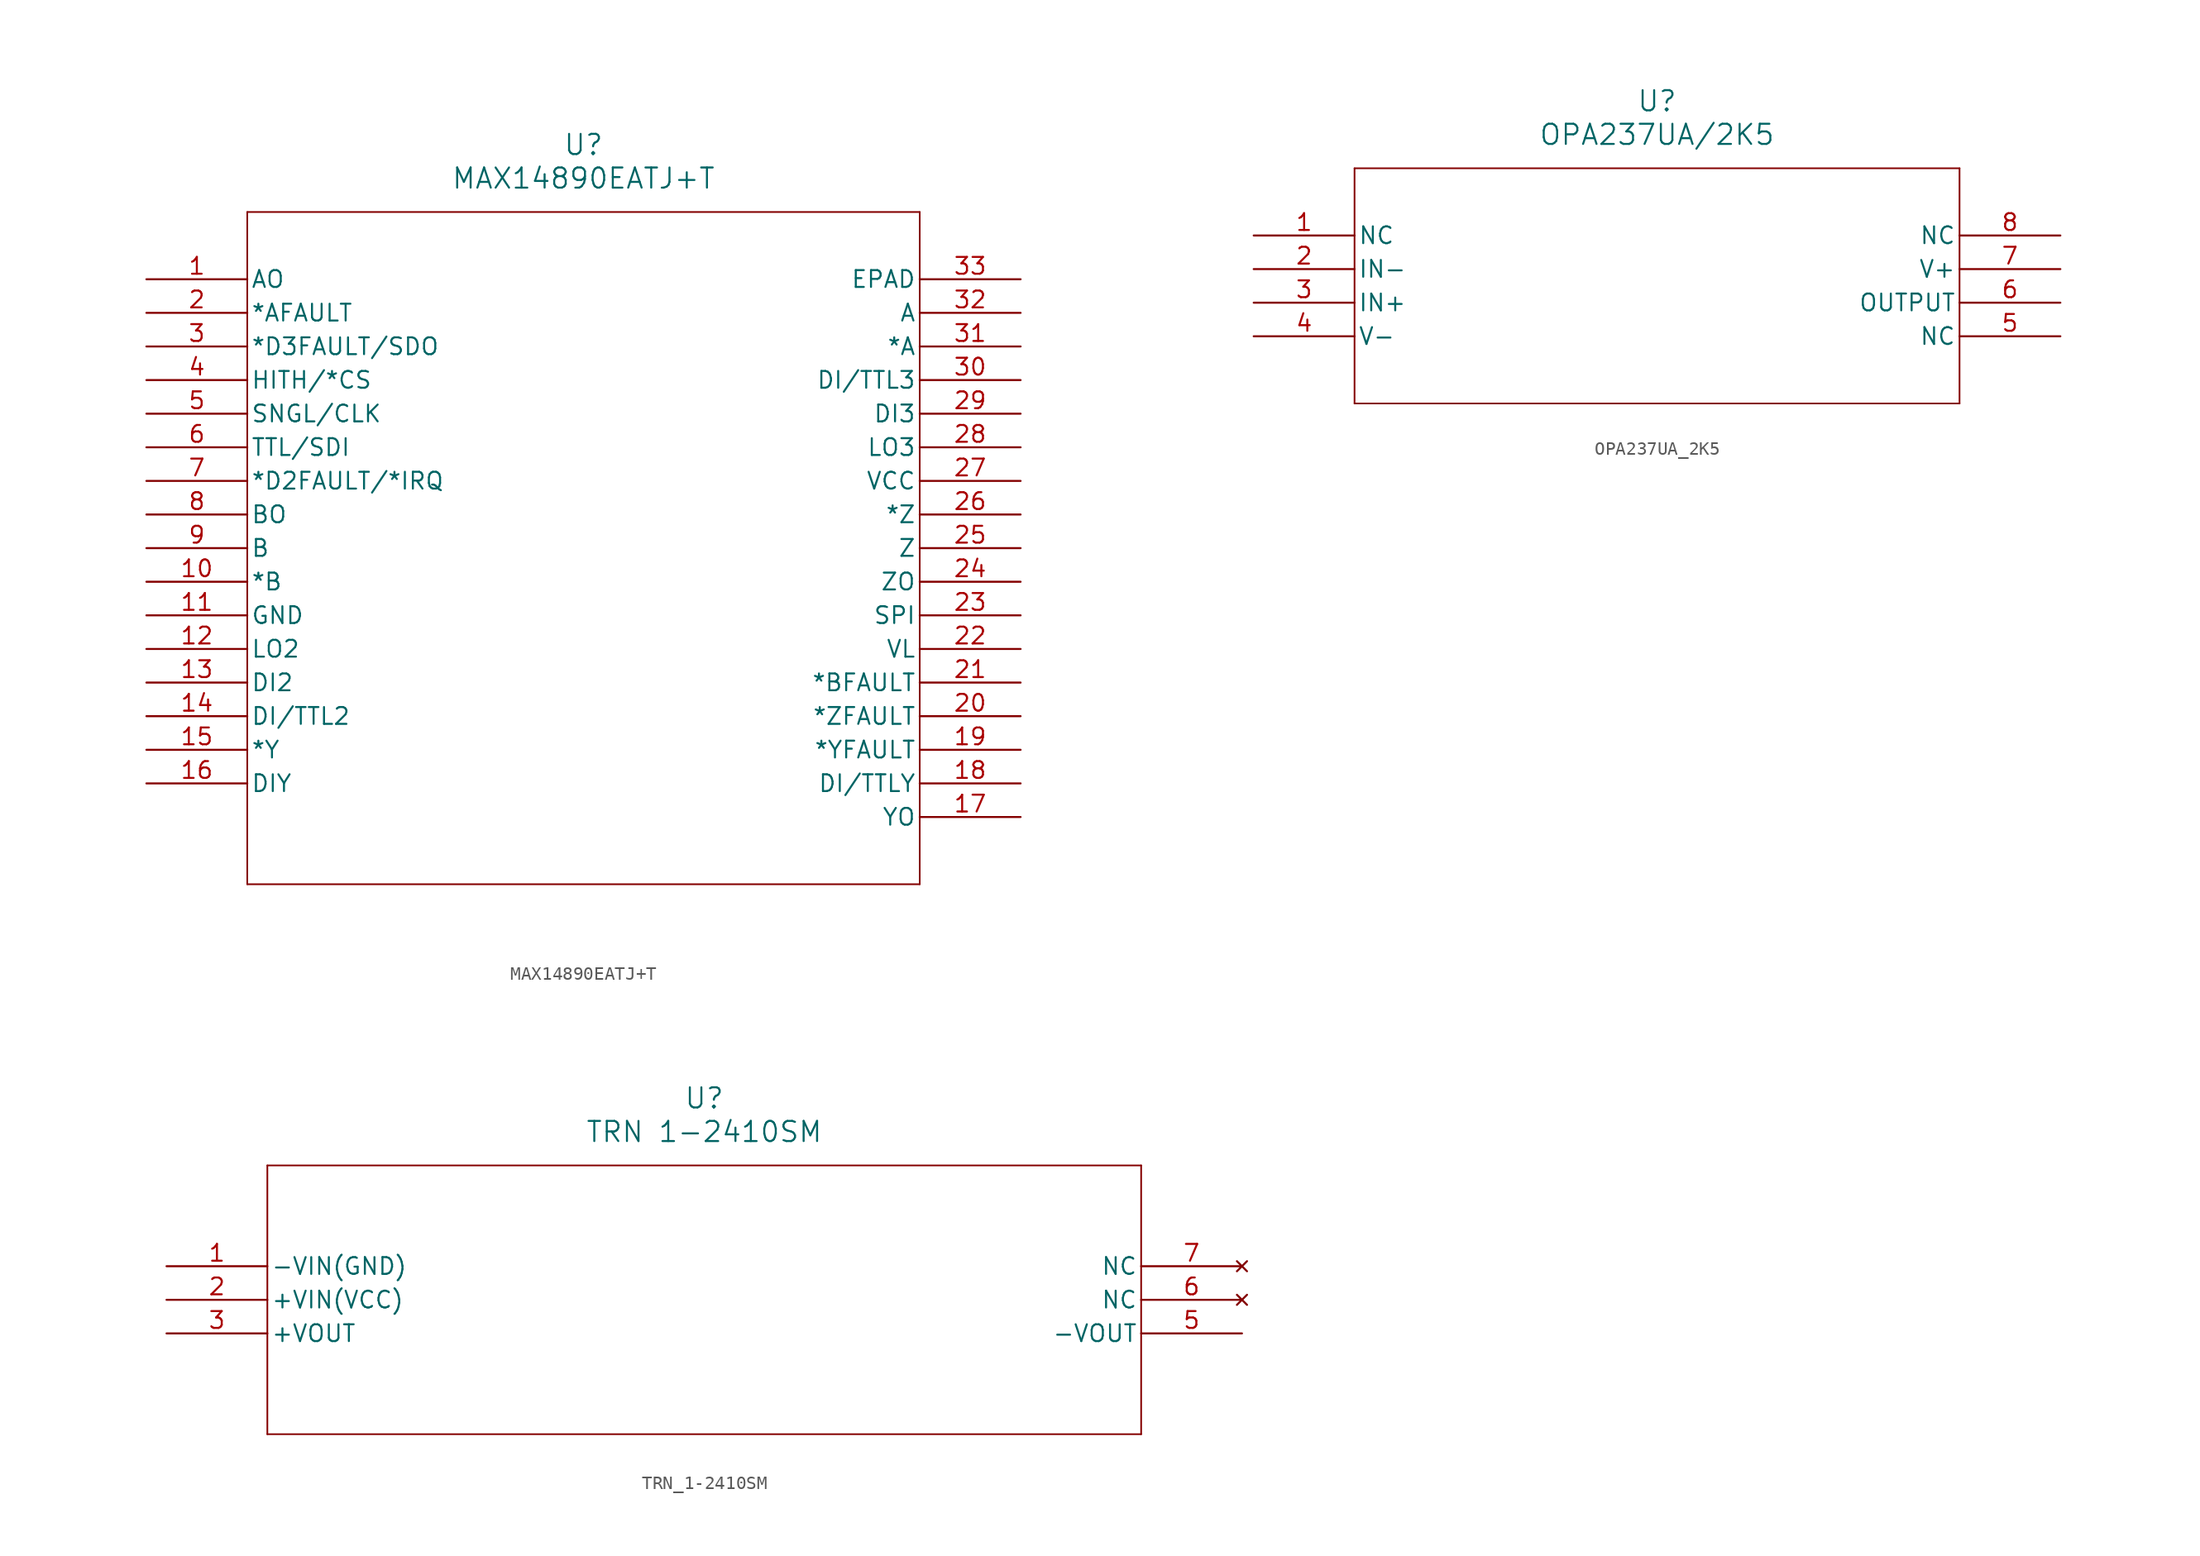
<source format=kicad_sym>
(kicad_symbol_lib
  (version 20231120)
  (generator "kicad_symbol_editor")
  (generator_version "8.0")
  (symbol "MAX14890EATJ+T"
    (pin_names
      (offset 0.254))
    (property "Reference" "U"
      (at 33.02 10.16 0)
      (effects (font (size 1.524 1.524))))
    (property "Value" "MAX14890EATJ+T"
      (at 33.02 7.62 0)
      (effects (font (size 1.524 1.524))))
    (property "ki_locked" ""
      (at 0 0 0)
      (effects (font (size 1.27 1.27))))
    (symbol "MAX14890EATJ+T_0_1"
      (polyline (pts (xy 7.62 -45.72) (xy 58.42 -45.72)) (stroke (width 0.127) (type default)) (fill (type none)))
      (polyline (pts (xy 7.62 5.08) (xy 7.62 -45.72)) (stroke (width 0.127) (type default)) (fill (type none)))
      (polyline (pts (xy 58.42 -45.72) (xy 58.42 5.08)) (stroke (width 0.127) (type default)) (fill (type none)))
      (polyline (pts (xy 58.42 5.08) (xy 7.62 5.08)) (stroke (width 0.127) (type default)) (fill (type none)))
      (pin unspecified line (at 0 0 0) (length 7.62) (name "AO" (effects (font (size 1.27 1.27)))) (number "1" (effects (font (size 1.27 1.27)))))
      (pin unspecified line (at 0 -22.86 0) (length 7.62) (name "*B" (effects (font (size 1.27 1.27)))) (number "10" (effects (font (size 1.27 1.27)))))
      (pin power_out line (at 0 -25.4 0) (length 7.62) (name "GND" (effects (font (size 1.27 1.27)))) (number "11" (effects (font (size 1.27 1.27)))))
      (pin bidirectional line (at 0 -27.94 0) (length 7.62) (name "LO2" (effects (font (size 1.27 1.27)))) (number "12" (effects (font (size 1.27 1.27)))))
      (pin bidirectional line (at 0 -30.48 0) (length 7.62) (name "DI2" (effects (font (size 1.27 1.27)))) (number "13" (effects (font (size 1.27 1.27)))))
      (pin bidirectional line (at 0 -33.02 0) (length 7.62) (name "DI/TTL2" (effects (font (size 1.27 1.27)))) (number "14" (effects (font (size 1.27 1.27)))))
      (pin unspecified line (at 0 -35.56 0) (length 7.62) (name "*Y" (effects (font (size 1.27 1.27)))) (number "15" (effects (font (size 1.27 1.27)))))
      (pin unspecified line (at 0 -38.1 0) (length 7.62) (name "DIY" (effects (font (size 1.27 1.27)))) (number "16" (effects (font (size 1.27 1.27)))))
      (pin unspecified line (at 66.04 -40.64 180) (length 7.62) (name "YO" (effects (font (size 1.27 1.27)))) (number "17" (effects (font (size 1.27 1.27)))))
      (pin unspecified line (at 66.04 -38.1 180) (length 7.62) (name "DI/TTLY" (effects (font (size 1.27 1.27)))) (number "18" (effects (font (size 1.27 1.27)))))
      (pin unspecified line (at 66.04 -35.56 180) (length 7.62) (name "*YFAULT" (effects (font (size 1.27 1.27)))) (number "19" (effects (font (size 1.27 1.27)))))
      (pin unspecified line (at 0 -2.54 0) (length 7.62) (name "*AFAULT" (effects (font (size 1.27 1.27)))) (number "2" (effects (font (size 1.27 1.27)))))
      (pin unspecified line (at 66.04 -33.02 180) (length 7.62) (name "*ZFAULT" (effects (font (size 1.27 1.27)))) (number "20" (effects (font (size 1.27 1.27)))))
      (pin unspecified line (at 66.04 -30.48 180) (length 7.62) (name "*BFAULT" (effects (font (size 1.27 1.27)))) (number "21" (effects (font (size 1.27 1.27)))))
      (pin unspecified line (at 66.04 -27.94 180) (length 7.62) (name "VL" (effects (font (size 1.27 1.27)))) (number "22" (effects (font (size 1.27 1.27)))))
      (pin unspecified line (at 66.04 -25.4 180) (length 7.62) (name "SPI" (effects (font (size 1.27 1.27)))) (number "23" (effects (font (size 1.27 1.27)))))
      (pin unspecified line (at 66.04 -22.86 180) (length 7.62) (name "ZO" (effects (font (size 1.27 1.27)))) (number "24" (effects (font (size 1.27 1.27)))))
      (pin unspecified line (at 66.04 -20.32 180) (length 7.62) (name "Z" (effects (font (size 1.27 1.27)))) (number "25" (effects (font (size 1.27 1.27)))))
      (pin unspecified line (at 66.04 -17.78 180) (length 7.62) (name "*Z" (effects (font (size 1.27 1.27)))) (number "26" (effects (font (size 1.27 1.27)))))
      (pin power_in line (at 66.04 -15.24 180) (length 7.62) (name "VCC" (effects (font (size 1.27 1.27)))) (number "27" (effects (font (size 1.27 1.27)))))
      (pin bidirectional line (at 66.04 -12.7 180) (length 7.62) (name "LO3" (effects (font (size 1.27 1.27)))) (number "28" (effects (font (size 1.27 1.27)))))
      (pin bidirectional line (at 66.04 -10.16 180) (length 7.62) (name "DI3" (effects (font (size 1.27 1.27)))) (number "29" (effects (font (size 1.27 1.27)))))
      (pin bidirectional line (at 0 -5.08 0) (length 7.62) (name "*D3FAULT/SDO" (effects (font (size 1.27 1.27)))) (number "3" (effects (font (size 1.27 1.27)))))
      (pin bidirectional line (at 66.04 -7.62 180) (length 7.62) (name "DI/TTL3" (effects (font (size 1.27 1.27)))) (number "30" (effects (font (size 1.27 1.27)))))
      (pin unspecified line (at 66.04 -5.08 180) (length 7.62) (name "*A" (effects (font (size 1.27 1.27)))) (number "31" (effects (font (size 1.27 1.27)))))
      (pin unspecified line (at 66.04 -2.54 180) (length 7.62) (name "A" (effects (font (size 1.27 1.27)))) (number "32" (effects (font (size 1.27 1.27)))))
      (pin unspecified line (at 66.04 0 180) (length 7.62) (name "EPAD" (effects (font (size 1.27 1.27)))) (number "33" (effects (font (size 1.27 1.27)))))
      (pin unspecified line (at 0 -7.62 0) (length 7.62) (name "HITH/*CS" (effects (font (size 1.27 1.27)))) (number "4" (effects (font (size 1.27 1.27)))))
      (pin unspecified line (at 0 -10.16 0) (length 7.62) (name "SNGL/CLK" (effects (font (size 1.27 1.27)))) (number "5" (effects (font (size 1.27 1.27)))))
      (pin unspecified line (at 0 -12.7 0) (length 7.62) (name "TTL/SDI" (effects (font (size 1.27 1.27)))) (number "6" (effects (font (size 1.27 1.27)))))
      (pin bidirectional line (at 0 -15.24 0) (length 7.62) (name "*D2FAULT/*IRQ" (effects (font (size 1.27 1.27)))) (number "7" (effects (font (size 1.27 1.27)))))
      (pin unspecified line (at 0 -17.78 0) (length 7.62) (name "BO" (effects (font (size 1.27 1.27)))) (number "8" (effects (font (size 1.27 1.27)))))
      (pin unspecified line (at 0 -20.32 0) (length 7.62) (name "B" (effects (font (size 1.27 1.27)))) (number "9" (effects (font (size 1.27 1.27)))))))
  (symbol "OPA237UA_2K5"
    (pin_names
      (offset 0.254))
    (property "Reference" "U"
      (at 30.48 10.16 0)
      (effects (font (size 1.524 1.524))))
    (property "Value" "OPA237UA/2K5"
      (at 30.48 7.62 0)
      (effects (font (size 1.524 1.524))))
    (property "ki_locked" ""
      (at 0 0 0)
      (effects (font (size 1.27 1.27))))
    (symbol "OPA237UA_2K5_0_1"
      (polyline (pts (xy 7.62 -12.7) (xy 53.34 -12.7)) (stroke (width 0.127) (type default)) (fill (type none)))
      (polyline (pts (xy 7.62 5.08) (xy 7.62 -12.7)) (stroke (width 0.127) (type default)) (fill (type none)))
      (polyline (pts (xy 53.34 -12.7) (xy 53.34 5.08)) (stroke (width 0.127) (type default)) (fill (type none)))
      (polyline (pts (xy 53.34 5.08) (xy 7.62 5.08)) (stroke (width 0.127) (type default)) (fill (type none)))
      (pin unspecified line (at 0 0 0) (length 7.62) (name "NC" (effects (font (size 1.27 1.27)))) (number "1" (effects (font (size 1.27 1.27)))))
      (pin input line (at 0 -2.54 0) (length 7.62) (name "IN-" (effects (font (size 1.27 1.27)))) (number "2" (effects (font (size 1.27 1.27)))))
      (pin input line (at 0 -5.08 0) (length 7.62) (name "IN+" (effects (font (size 1.27 1.27)))) (number "3" (effects (font (size 1.27 1.27)))))
      (pin power_in line (at 0 -7.62 0) (length 7.62) (name "V-" (effects (font (size 1.27 1.27)))) (number "4" (effects (font (size 1.27 1.27)))))
      (pin unspecified line (at 60.96 -7.62 180) (length 7.62) (name "NC" (effects (font (size 1.27 1.27)))) (number "5" (effects (font (size 1.27 1.27)))))
      (pin output line (at 60.96 -5.08 180) (length 7.62) (name "OUTPUT" (effects (font (size 1.27 1.27)))) (number "6" (effects (font (size 1.27 1.27)))))
      (pin power_in line (at 60.96 -2.54 180) (length 7.62) (name "V+" (effects (font (size 1.27 1.27)))) (number "7" (effects (font (size 1.27 1.27)))))
      (pin unspecified line (at 60.96 0 180) (length 7.62) (name "NC" (effects (font (size 1.27 1.27)))) (number "8" (effects (font (size 1.27 1.27)))))))
  (symbol "TRN_1-2410SM"
    (pin_names
      (offset 0.254))
    (property "Reference" "U"
      (at 40.64 12.7 0)
      (effects (font (size 1.524 1.524))))
    (property "Value" "TRN 1-2410SM"
      (at 40.64 10.16 0)
      (effects (font (size 1.524 1.524))))
    (property "ki_locked" ""
      (at 0 0 0)
      (effects (font (size 1.27 1.27))))
    (symbol "TRN_1-2410SM_0_1"
      (polyline (pts (xy 7.62 -12.7) (xy 73.66 -12.7)) (stroke (width 0.127) (type default)) (fill (type none)))
      (polyline (pts (xy 7.62 7.62) (xy 7.62 -12.7)) (stroke (width 0.127) (type default)) (fill (type none)))
      (polyline (pts (xy 73.66 -12.7) (xy 73.66 7.62)) (stroke (width 0.127) (type default)) (fill (type none)))
      (polyline (pts (xy 73.66 7.62) (xy 7.62 7.62)) (stroke (width 0.127) (type default)) (fill (type none)))
      (pin power_in line (at 0 0 0) (length 7.62) (name "-VIN(GND)" (effects (font (size 1.27 1.27)))) (number "1" (effects (font (size 1.27 1.27)))))
      (pin power_in line (at 0 -2.54 0) (length 7.62) (name "+VIN(VCC)" (effects (font (size 1.27 1.27)))) (number "2" (effects (font (size 1.27 1.27)))))
      (pin output line (at 0 -5.08 0) (length 7.62) (name "+VOUT" (effects (font (size 1.27 1.27)))) (number "3" (effects (font (size 1.27 1.27)))))
      (pin output line (at 81.28 -5.08 180) (length 7.62) (name "-VOUT" (effects (font (size 1.27 1.27)))) (number "5" (effects (font (size 1.27 1.27)))))
      (pin no_connect line (at 81.28 -2.54 180) (length 7.62) (name "NC" (effects (font (size 1.27 1.27)))) (number "6" (effects (font (size 1.27 1.27)))))
      (pin no_connect line (at 81.28 0 180) (length 7.62) (name "NC" (effects (font (size 1.27 1.27)))) (number "7" (effects (font (size 1.27 1.27))))))))
</source>
